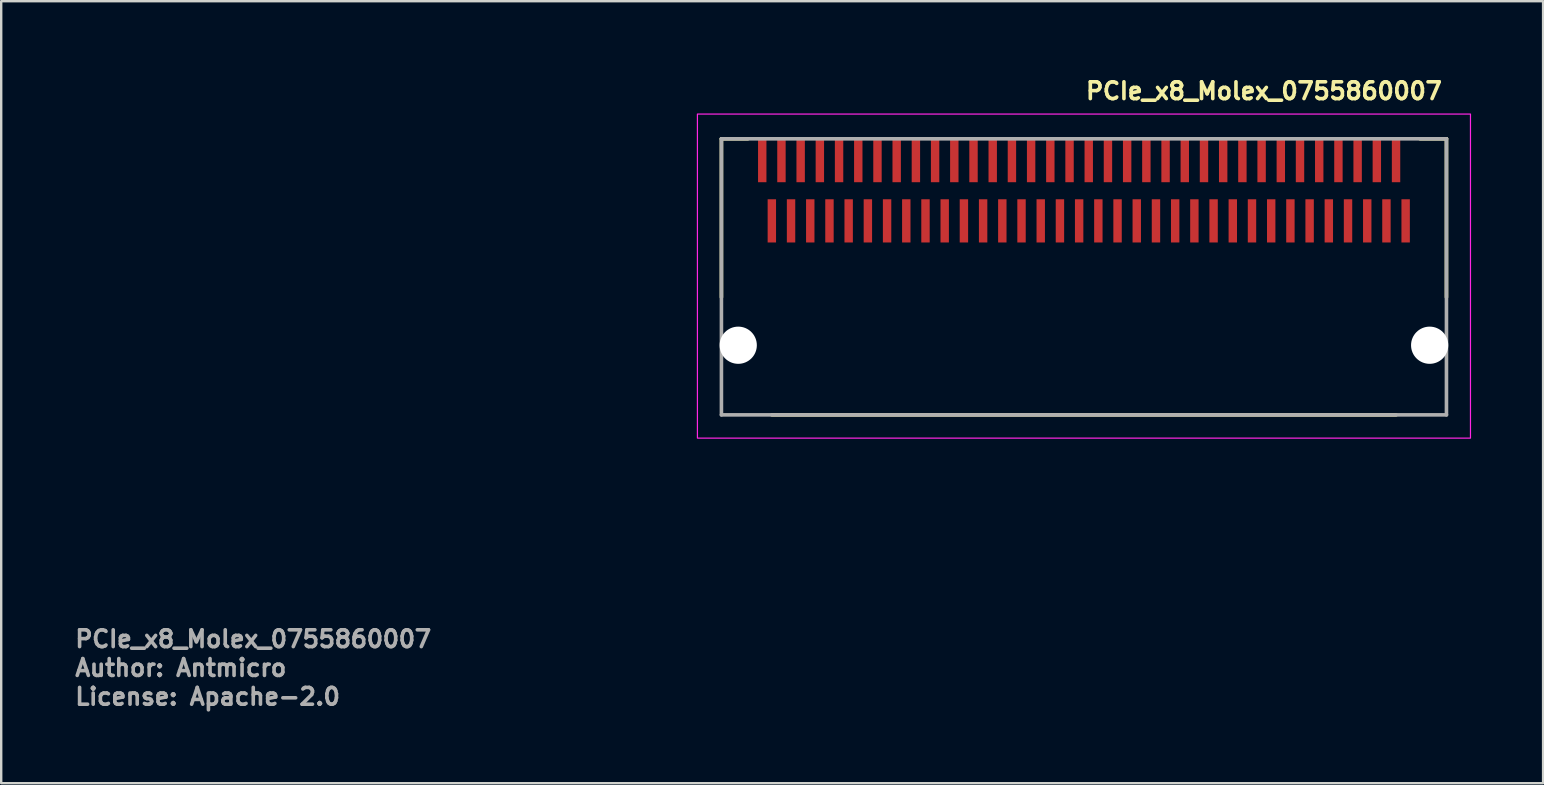
<source format=kicad_pcb>
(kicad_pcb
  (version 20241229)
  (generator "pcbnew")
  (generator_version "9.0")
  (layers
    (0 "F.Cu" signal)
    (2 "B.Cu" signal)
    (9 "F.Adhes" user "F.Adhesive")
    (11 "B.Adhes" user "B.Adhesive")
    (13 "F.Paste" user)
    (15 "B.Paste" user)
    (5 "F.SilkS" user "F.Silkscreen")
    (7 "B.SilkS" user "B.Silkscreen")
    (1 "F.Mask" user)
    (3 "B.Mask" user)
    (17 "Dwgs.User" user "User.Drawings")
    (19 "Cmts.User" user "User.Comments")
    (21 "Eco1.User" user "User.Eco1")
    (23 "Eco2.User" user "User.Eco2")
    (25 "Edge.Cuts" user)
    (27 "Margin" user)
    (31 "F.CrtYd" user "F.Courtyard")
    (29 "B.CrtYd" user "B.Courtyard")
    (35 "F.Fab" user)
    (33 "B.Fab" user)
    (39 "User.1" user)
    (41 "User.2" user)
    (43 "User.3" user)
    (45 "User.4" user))
  (footprint "PCIe_x8_Molex_0755860007"
    (layer "F.Cu")
    (at 42.1 8.45)
    (property "Reference" "PCIe_x8_Molex_0755860007" (at 0 -7.3 0) (unlocked yes) (layer "F.SilkS") (effects (font (size 0.7 0.7) (thickness 0.15)) (justify left bottom)))
    (attr smd)
    (fp_line (start -15.1 -5.719) (end -14 -5.719) (stroke (width 0.15) (type solid)) (layer "F.SilkS"))
    (fp_line (start -15.1 0.881) (end -15.1 -5.719) (stroke (width 0.15) (type solid)) (layer "F.SilkS"))
    (fp_line (start -13 5.781) (end 13 5.781) (stroke (width 0.15) (type solid)) (layer "F.SilkS"))
    (fp_line (start 14 -5.719) (end 15.1 -5.719) (stroke (width 0.15) (type solid)) (layer "F.SilkS"))
    (fp_line (start 15.1 0.881) (end 15.1 -5.719) (stroke (width 0.15) (type solid)) (layer "F.SilkS"))
    (fp_rect (start 16.1 6.75) (end -16.1 -6.75) (stroke (width 0.05) (type solid)) (fill no) (layer "F.CrtYd"))
    (fp_line (start -15.1 -5.719) (end 15.1 -5.719) (stroke (width 0.15) (type solid)) (layer "F.Fab"))
    (fp_line (start -15.1 5.781) (end -15.1 -5.719) (stroke (width 0.15) (type solid)) (layer "F.Fab"))
    (fp_line (start -15.1 5.781) (end 15.1 5.781) (stroke (width 0.15) (type solid)) (layer "F.Fab"))
    (fp_line (start 15.1 5.781) (end 15.1 -5.719) (stroke (width 0.15) (type solid)) (layer "F.Fab"))
    (fp_rect (start -15.1 -5.752) (end 15.1 5.753) (stroke (width 0.1) (type solid)) (fill no) (layer "User.5"))
    (fp_line (start -15.1 -5.753) (end -15.1 -4.054) (stroke (width 0.02) (type solid)) (layer "User.9"))
    (fp_line (start -15.1 -5.753) (end -14.35 -5.753) (stroke (width 0.02) (type solid)) (layer "User.9"))
    (fp_line (start -15.1 -3.954) (end -15.1 -4.054) (stroke (width 0.02) (type solid)) (layer "User.9"))
    (fp_line (start -15.1 -3.954) (end -14.35 -3.954) (stroke (width 0.02) (type solid)) (layer "User.9"))
    (fp_line (start -15.1 -2.22) (end -15.1 -3.954) (stroke (width 0.02) (type solid)) (layer "User.9"))
    (fp_line (start -15.1 -2.22) (end -15.1 5.752) (stroke (width 0.02) (type solid)) (layer "User.9"))
    (fp_line (start -15.1 5.752) (end 15.1 5.752) (stroke (width 0.02) (type solid)) (layer "User.9"))
    (fp_line (start -14.35 -5.753) (end -14.35 -4.807) (stroke (width 0.02) (type solid)) (layer "User.9"))
    (fp_line (start -14.35 -4.807) (end -13.5 -4.807) (stroke (width 0.02) (type solid)) (layer "User.9"))
    (fp_line (start -14.35 -4.054) (end -15.1 -4.054) (stroke (width 0.02) (type solid)) (layer "User.9"))
    (fp_line (start -14.35 -4.054) (end -14.35 -3.954) (stroke (width 0.02) (type solid)) (layer "User.9"))
    (fp_line (start -14.35 -3.954) (end -14.35 -2.827) (stroke (width 0.02) (type solid)) (layer "User.9"))
    (fp_line (start -14.35 -3.754) (end -13.5 -3.754) (stroke (width 0.02) (type solid)) (layer "User.9"))
    (fp_line (start -14.35 -2.827) (end -13.5 -2.827) (stroke (width 0.02) (type solid)) (layer "User.9"))
    (fp_line (start -13.5 -5.214) (end -13.5 -5.366) (stroke (width 0.02) (type solid)) (layer "User.9"))
    (fp_line (start -13.5 -4.857) (end -13.5 -5.214) (stroke (width 0.02) (type solid)) (layer "User.9"))
    (fp_line (start -13.5 -4.807) (end -13.5 -4.857) (stroke (width 0.02) (type solid)) (layer "User.9"))
    (fp_line (start -13.5 -4.807) (end 13.1 -4.807) (stroke (width 0.02) (type solid)) (layer "User.9"))
    (fp_line (start -13.5 -2.978) (end -13.5 -4.807) (stroke (width 0.02) (type solid)) (layer "User.9"))
    (fp_line (start -13.5 -2.978) (end -13.5 -2.22) (stroke (width 0.02) (type solid)) (layer "User.9"))
    (fp_line (start -13.3 -5.366) (end -13.5 -5.366) (stroke (width 0.02) (type solid)) (layer "User.9"))
    (fp_line (start -13.3 -5.366) (end -13.3 -5.214) (stroke (width 0.02) (type solid)) (layer "User.9"))
    (fp_line (start -13.3 -5.214) (end -13.3 -4.857) (stroke (width 0.02) (type solid)) (layer "User.9"))
    (fp_line (start -13.3 -4.857) (end -13.3 -4.807) (stroke (width 0.02) (type solid)) (layer "User.9"))
    (fp_line (start -12.7 -5.214) (end -12.7 -5.366) (stroke (width 0.02) (type solid)) (layer "User.9"))
    (fp_line (start -12.7 -4.857) (end -12.7 -5.214) (stroke (width 0.02) (type solid)) (layer "User.9"))
    (fp_line (start -12.7 -4.807) (end -12.7 -4.857) (stroke (width 0.02) (type solid)) (layer "User.9"))
    (fp_line (start -12.5 -5.366) (end -12.7 -5.366) (stroke (width 0.02) (type solid)) (layer "User.9"))
    (fp_line (start -12.5 -5.366) (end -12.5 -5.214) (stroke (width 0.02) (type solid)) (layer "User.9"))
    (fp_line (start -12.5 -5.214) (end -12.5 -4.857) (stroke (width 0.02) (type solid)) (layer "User.9"))
    (fp_line (start -12.5 -4.857) (end -12.5 -4.807) (stroke (width 0.02) (type solid)) (layer "User.9"))
    (fp_line (start -11.9 -5.214) (end -11.9 -5.366) (stroke (width 0.02) (type solid)) (layer "User.9"))
    (fp_line (start -11.9 -4.857) (end -11.9 -5.214) (stroke (width 0.02) (type solid)) (layer "User.9"))
    (fp_line (start -11.9 -4.807) (end -11.9 -4.857) (stroke (width 0.02) (type solid)) (layer "User.9"))
    (fp_line (start -11.7 -5.366) (end -11.9 -5.366) (stroke (width 0.02) (type solid)) (layer "User.9"))
    (fp_line (start -11.7 -5.366) (end -11.7 -5.214) (stroke (width 0.02) (type solid)) (layer "User.9"))
    (fp_line (start -11.7 -5.214) (end -11.7 -4.857) (stroke (width 0.02) (type solid)) (layer "User.9"))
    (fp_line (start -11.7 -4.857) (end -11.7 -4.807) (stroke (width 0.02) (type solid)) (layer "User.9"))
    (fp_line (start -11.1 -5.214) (end -11.1 -5.366) (stroke (width 0.02) (type solid)) (layer "User.9"))
    (fp_line (start -11.1 -4.857) (end -11.1 -5.214) (stroke (width 0.02) (type solid)) (layer "User.9"))
    (fp_line (start -11.1 -4.807) (end -11.1 -4.857) (stroke (width 0.02) (type solid)) (layer "User.9"))
    (fp_line (start -10.9 -5.366) (end -11.1 -5.366) (stroke (width 0.02) (type solid)) (layer "User.9"))
    (fp_line (start -10.9 -5.366) (end -10.9 -5.214) (stroke (width 0.02) (type solid)) (layer "User.9"))
    (fp_line (start -10.9 -5.214) (end -10.9 -4.857) (stroke (width 0.02) (type solid)) (layer "User.9"))
    (fp_line (start -10.9 -4.857) (end -10.9 -4.807) (stroke (width 0.02) (type solid)) (layer "User.9"))
    (fp_line (start -10.3 -5.214) (end -10.3 -5.366) (stroke (width 0.02) (type solid)) (layer "User.9"))
    (fp_line (start -10.3 -4.857) (end -10.3 -5.214) (stroke (width 0.02) (type solid)) (layer "User.9"))
    (fp_line (start -10.3 -4.807) (end -10.3 -4.857) (stroke (width 0.02) (type solid)) (layer "User.9"))
    (fp_line (start -10.1 -5.366) (end -10.3 -5.366) (stroke (width 0.02) (type solid)) (layer "User.9"))
    (fp_line (start -10.1 -5.366) (end -10.1 -5.214) (stroke (width 0.02) (type solid)) (layer "User.9"))
    (fp_line (start -10.1 -5.214) (end -10.1 -4.857) (stroke (width 0.02) (type solid)) (layer "User.9"))
    (fp_line (start -10.1 -4.857) (end -10.1 -4.807) (stroke (width 0.02) (type solid)) (layer "User.9"))
    (fp_line (start -9.5 -5.214) (end -9.5 -5.366) (stroke (width 0.02) (type solid)) (layer "User.9"))
    (fp_line (start -9.5 -4.857) (end -9.5 -5.214) (stroke (width 0.02) (type solid)) (layer "User.9"))
    (fp_line (start -9.5 -4.807) (end -9.5 -4.857) (stroke (width 0.02) (type solid)) (layer "User.9"))
    (fp_line (start -9.3 -5.366) (end -9.5 -5.366) (stroke (width 0.02) (type solid)) (layer "User.9"))
    (fp_line (start -9.3 -5.366) (end -9.3 -5.214) (stroke (width 0.02) (type solid)) (layer "User.9"))
    (fp_line (start -9.3 -5.214) (end -9.3 -4.857) (stroke (width 0.02) (type solid)) (layer "User.9"))
    (fp_line (start -9.3 -4.857) (end -9.3 -4.807) (stroke (width 0.02) (type solid)) (layer "User.9"))
    (fp_line (start -8.7 -5.214) (end -8.7 -5.366) (stroke (width 0.02) (type solid)) (layer "User.9"))
    (fp_line (start -8.7 -4.857) (end -8.7 -5.214) (stroke (width 0.02) (type solid)) (layer "User.9"))
    (fp_line (start -8.7 -4.807) (end -8.7 -4.857) (stroke (width 0.02) (type solid)) (layer "User.9"))
    (fp_line (start -8.5 -5.366) (end -8.7 -5.366) (stroke (width 0.02) (type solid)) (layer "User.9"))
    (fp_line (start -8.5 -5.366) (end -8.5 -5.214) (stroke (width 0.02) (type solid)) (layer "User.9"))
    (fp_line (start -8.5 -5.214) (end -8.5 -4.857) (stroke (width 0.02) (type solid)) (layer "User.9"))
    (fp_line (start -8.5 -4.857) (end -8.5 -4.807) (stroke (width 0.02) (type solid)) (layer "User.9"))
    (fp_line (start -7.9 -5.214) (end -7.9 -5.366) (stroke (width 0.02) (type solid)) (layer "User.9"))
    (fp_line (start -7.9 -4.857) (end -7.9 -5.214) (stroke (width 0.02) (type solid)) (layer "User.9"))
    (fp_line (start -7.9 -4.807) (end -7.9 -4.857) (stroke (width 0.02) (type solid)) (layer "User.9"))
    (fp_line (start -7.7 -5.366) (end -7.9 -5.366) (stroke (width 0.02) (type solid)) (layer "User.9"))
    (fp_line (start -7.7 -5.366) (end -7.7 -5.214) (stroke (width 0.02) (type solid)) (layer "User.9"))
    (fp_line (start -7.7 -5.214) (end -7.7 -4.857) (stroke (width 0.02) (type solid)) (layer "User.9"))
    (fp_line (start -7.7 -4.857) (end -7.7 -4.807) (stroke (width 0.02) (type solid)) (layer "User.9"))
    (fp_line (start -7.1 -5.214) (end -7.1 -5.366) (stroke (width 0.02) (type solid)) (layer "User.9"))
    (fp_line (start -7.1 -4.857) (end -7.1 -5.214) (stroke (width 0.02) (type solid)) (layer "User.9"))
    (fp_line (start -7.1 -4.807) (end -7.1 -4.857) (stroke (width 0.02) (type solid)) (layer "User.9"))
    (fp_line (start -6.9 -5.366) (end -7.1 -5.366) (stroke (width 0.02) (type solid)) (layer "User.9"))
    (fp_line (start -6.9 -5.366) (end -6.9 -5.214) (stroke (width 0.02) (type solid)) (layer "User.9"))
    (fp_line (start -6.9 -5.214) (end -6.9 -4.857) (stroke (width 0.02) (type solid)) (layer "User.9"))
    (fp_line (start -6.9 -4.857) (end -6.9 -4.807) (stroke (width 0.02) (type solid)) (layer "User.9"))
    (fp_line (start -6.3 -5.214) (end -6.3 -5.366) (stroke (width 0.02) (type solid)) (layer "User.9"))
    (fp_line (start -6.3 -4.857) (end -6.3 -5.214) (stroke (width 0.02) (type solid)) (layer "User.9"))
    (fp_line (start -6.3 -4.807) (end -6.3 -4.857) (stroke (width 0.02) (type solid)) (layer "User.9"))
    (fp_line (start -6.1 -5.366) (end -6.3 -5.366) (stroke (width 0.02) (type solid)) (layer "User.9"))
    (fp_line (start -6.1 -5.366) (end -6.1 -5.214) (stroke (width 0.02) (type solid)) (layer "User.9"))
    (fp_line (start -6.1 -5.214) (end -6.1 -4.857) (stroke (width 0.02) (type solid)) (layer "User.9"))
    (fp_line (start -6.1 -4.857) (end -6.1 -4.807) (stroke (width 0.02) (type solid)) (layer "User.9"))
    (fp_line (start -5.5 -5.214) (end -5.5 -5.366) (stroke (width 0.02) (type solid)) (layer "User.9"))
    (fp_line (start -5.5 -4.857) (end -5.5 -5.214) (stroke (width 0.02) (type solid)) (layer "User.9"))
    (fp_line (start -5.5 -4.807) (end -5.5 -4.857) (stroke (width 0.02) (type solid)) (layer "User.9"))
    (fp_line (start -5.3 -5.366) (end -5.5 -5.366) (stroke (width 0.02) (type solid)) (layer "User.9"))
    (fp_line (start -5.3 -5.366) (end -5.3 -5.214) (stroke (width 0.02) (type solid)) (layer "User.9"))
    (fp_line (start -5.3 -5.214) (end -5.3 -4.857) (stroke (width 0.02) (type solid)) (layer "User.9"))
    (fp_line (start -5.3 -4.857) (end -5.3 -4.807) (stroke (width 0.02) (type solid)) (layer "User.9"))
    (fp_line (start -5 -2.22) (end -15.1 -2.22) (stroke (width 0.02) (type solid)) (layer "User.9"))
    (fp_line (start -5 -2.22) (end 5 -2.22) (stroke (width 0.02) (type solid)) (layer "User.9"))
    (fp_line (start -5 2.78) (end -5 -2.22) (stroke (width 0.02) (type solid)) (layer "User.9"))
    (fp_line (start -4.7 -5.214) (end -4.7 -5.366) (stroke (width 0.02) (type solid)) (layer "User.9"))
    (fp_line (start -4.7 -4.857) (end -4.7 -5.214) (stroke (width 0.02) (type solid)) (layer "User.9"))
    (fp_line (start -4.7 -4.807) (end -4.7 -4.857) (stroke (width 0.02) (type solid)) (layer "User.9"))
    (fp_line (start -4.5 -5.366) (end -4.7 -5.366) (stroke (width 0.02) (type solid)) (layer "User.9"))
    (fp_line (start -4.5 -5.366) (end -4.5 -5.214) (stroke (width 0.02) (type solid)) (layer "User.9"))
    (fp_line (start -4.5 -5.214) (end -4.5 -4.857) (stroke (width 0.02) (type solid)) (layer "User.9"))
    (fp_line (start -4.5 -4.857) (end -4.5 -4.807) (stroke (width 0.02) (type solid)) (layer "User.9"))
    (fp_line (start -3.9 -5.214) (end -3.9 -5.366) (stroke (width 0.02) (type solid)) (layer "User.9"))
    (fp_line (start -3.9 -4.857) (end -3.9 -5.214) (stroke (width 0.02) (type solid)) (layer "User.9"))
    (fp_line (start -3.9 -4.807) (end -3.9 -4.857) (stroke (width 0.02) (type solid)) (layer "User.9"))
    (fp_line (start -3.7 -5.366) (end -3.9 -5.366) (stroke (width 0.02) (type solid)) (layer "User.9"))
    (fp_line (start -3.7 -5.366) (end -3.7 -5.214) (stroke (width 0.02) (type solid)) (layer "User.9"))
    (fp_line (start -3.7 -5.214) (end -3.7 -4.857) (stroke (width 0.02) (type solid)) (layer "User.9"))
    (fp_line (start -3.7 -4.857) (end -3.7 -4.807) (stroke (width 0.02) (type solid)) (layer "User.9"))
    (fp_line (start -3.1 -5.214) (end -3.1 -5.366) (stroke (width 0.02) (type solid)) (layer "User.9"))
    (fp_line (start -3.1 -4.857) (end -3.1 -5.214) (stroke (width 0.02) (type solid)) (layer "User.9"))
    (fp_line (start -3.1 -4.807) (end -3.1 -4.857) (stroke (width 0.02) (type solid)) (layer "User.9"))
    (fp_line (start -2.9 -5.366) (end -3.1 -5.366) (stroke (width 0.02) (type solid)) (layer "User.9"))
    (fp_line (start -2.9 -5.366) (end -2.9 -5.214) (stroke (width 0.02) (type solid)) (layer "User.9"))
    (fp_line (start -2.9 -5.214) (end -2.9 -4.857) (stroke (width 0.02) (type solid)) (layer "User.9"))
    (fp_line (start -2.9 -4.857) (end -2.9 -4.807) (stroke (width 0.02) (type solid)) (layer "User.9"))
    (fp_line (start -2.3 -5.214) (end -2.3 -5.366) (stroke (width 0.02) (type solid)) (layer "User.9"))
    (fp_line (start -2.3 -4.857) (end -2.3 -5.214) (stroke (width 0.02) (type solid)) (layer "User.9"))
    (fp_line (start -2.3 -4.807) (end -2.3 -4.857) (stroke (width 0.02) (type solid)) (layer "User.9"))
    (fp_line (start -2.1 -5.366) (end -2.3 -5.366) (stroke (width 0.02) (type solid)) (layer "User.9"))
    (fp_line (start -2.1 -5.366) (end -2.1 -5.214) (stroke (width 0.02) (type solid)) (layer "User.9"))
    (fp_line (start -2.1 -5.214) (end -2.1 -4.857) (stroke (width 0.02) (type solid)) (layer "User.9"))
    (fp_line (start -2.1 -4.857) (end -2.1 -4.807) (stroke (width 0.02) (type solid)) (layer "User.9"))
    (fp_line (start -1.5 -5.214) (end -1.5 -5.366) (stroke (width 0.02) (type solid)) (layer "User.9"))
    (fp_line (start -1.5 -4.857) (end -1.5 -5.214) (stroke (width 0.02) (type solid)) (layer "User.9"))
    (fp_line (start -1.5 -4.807) (end -1.5 -4.857) (stroke (width 0.02) (type solid)) (layer "User.9"))
    (fp_line (start -1.3 -5.366) (end -1.5 -5.366) (stroke (width 0.02) (type solid)) (layer "User.9"))
    (fp_line (start -1.3 -5.366) (end -1.3 -5.214) (stroke (width 0.02) (type solid)) (layer "User.9"))
    (fp_line (start -1.3 -5.214) (end -1.3 -4.857) (stroke (width 0.02) (type solid)) (layer "User.9"))
    (fp_line (start -1.3 -4.857) (end -1.3 -4.807) (stroke (width 0.02) (type solid)) (layer "User.9"))
    (fp_line (start -0.7 -5.214) (end -0.7 -5.366) (stroke (width 0.02) (type solid)) (layer "User.9"))
    (fp_line (start -0.7 -4.857) (end -0.7 -5.214) (stroke (width 0.02) (type solid)) (layer "User.9"))
    (fp_line (start -0.7 -4.807) (end -0.7 -4.857) (stroke (width 0.02) (type solid)) (layer "User.9"))
    (fp_line (start -0.5 -5.366) (end -0.7 -5.366) (stroke (width 0.02) (type solid)) (layer "User.9"))
    (fp_line (start -0.5 -5.366) (end -0.5 -5.214) (stroke (width 0.02) (type solid)) (layer "User.9"))
    (fp_line (start -0.5 -5.214) (end -0.5 -4.857) (stroke (width 0.02) (type solid)) (layer "User.9"))
    (fp_line (start -0.5 -4.857) (end -0.5 -4.807) (stroke (width 0.02) (type solid)) (layer "User.9"))
    (fp_line (start 0.1 -5.214) (end 0.1 -5.366) (stroke (width 0.02) (type solid)) (layer "User.9"))
    (fp_line (start 0.1 -4.857) (end 0.1 -5.214) (stroke (width 0.02) (type solid)) (layer "User.9"))
    (fp_line (start 0.1 -4.807) (end 0.1 -4.857) (stroke (width 0.02) (type solid)) (layer "User.9"))
    (fp_line (start 0.3 -5.366) (end 0.1 -5.366) (stroke (width 0.02) (type solid)) (layer "User.9"))
    (fp_line (start 0.3 -5.366) (end 0.3 -5.214) (stroke (width 0.02) (type solid)) (layer "User.9"))
    (fp_line (start 0.3 -5.214) (end 0.3 -4.857) (stroke (width 0.02) (type solid)) (layer "User.9"))
    (fp_line (start 0.3 -4.857) (end 0.3 -4.807) (stroke (width 0.02) (type solid)) (layer "User.9"))
    (fp_line (start 0.9 -5.214) (end 0.9 -5.366) (stroke (width 0.02) (type solid)) (layer "User.9"))
    (fp_line (start 0.9 -4.857) (end 0.9 -5.214) (stroke (width 0.02) (type solid)) (layer "User.9"))
    (fp_line (start 0.9 -4.807) (end 0.9 -4.857) (stroke (width 0.02) (type solid)) (layer "User.9"))
    (fp_line (start 1.1 -5.366) (end 0.9 -5.366) (stroke (width 0.02) (type solid)) (layer "User.9"))
    (fp_line (start 1.1 -5.366) (end 1.1 -5.214) (stroke (width 0.02) (type solid)) (layer "User.9"))
    (fp_line (start 1.1 -5.214) (end 1.1 -4.857) (stroke (width 0.02) (type solid)) (layer "User.9"))
    (fp_line (start 1.1 -4.857) (end 1.1 -4.807) (stroke (width 0.02) (type solid)) (layer "User.9"))
    (fp_line (start 1.7 -5.214) (end 1.7 -5.366) (stroke (width 0.02) (type solid)) (layer "User.9"))
    (fp_line (start 1.7 -4.857) (end 1.7 -5.214) (stroke (width 0.02) (type solid)) (layer "User.9"))
    (fp_line (start 1.7 -4.807) (end 1.7 -4.857) (stroke (width 0.02) (type solid)) (layer "User.9"))
    (fp_line (start 1.9 -5.366) (end 1.7 -5.366) (stroke (width 0.02) (type solid)) (layer "User.9"))
    (fp_line (start 1.9 -5.366) (end 1.9 -5.214) (stroke (width 0.02) (type solid)) (layer "User.9"))
    (fp_line (start 1.9 -5.214) (end 1.9 -4.857) (stroke (width 0.02) (type solid)) (layer "User.9"))
    (fp_line (start 1.9 -4.857) (end 1.9 -4.807) (stroke (width 0.02) (type solid)) (layer "User.9"))
    (fp_line (start 2.5 -5.214) (end 2.5 -5.366) (stroke (width 0.02) (type solid)) (layer "User.9"))
    (fp_line (start 2.5 -4.857) (end 2.5 -5.214) (stroke (width 0.02) (type solid)) (layer "User.9"))
    (fp_line (start 2.5 -4.807) (end 2.5 -4.857) (stroke (width 0.02) (type solid)) (layer "User.9"))
    (fp_line (start 2.7 -5.366) (end 2.5 -5.366) (stroke (width 0.02) (type solid)) (layer "User.9"))
    (fp_line (start 2.7 -5.366) (end 2.7 -5.214) (stroke (width 0.02) (type solid)) (layer "User.9"))
    (fp_line (start 2.7 -5.214) (end 2.7 -4.857) (stroke (width 0.02) (type solid)) (layer "User.9"))
    (fp_line (start 2.7 -4.857) (end 2.7 -4.807) (stroke (width 0.02) (type solid)) (layer "User.9"))
    (fp_line (start 3.3 -5.214) (end 3.3 -5.366) (stroke (width 0.02) (type solid)) (layer "User.9"))
    (fp_line (start 3.3 -4.857) (end 3.3 -5.214) (stroke (width 0.02) (type solid)) (layer "User.9"))
    (fp_line (start 3.3 -4.807) (end 3.3 -4.857) (stroke (width 0.02) (type solid)) (layer "User.9"))
    (fp_line (start 3.5 -5.366) (end 3.3 -5.366) (stroke (width 0.02) (type solid)) (layer "User.9"))
    (fp_line (start 3.5 -5.366) (end 3.5 -5.214) (stroke (width 0.02) (type solid)) (layer "User.9"))
    (fp_line (start 3.5 -5.214) (end 3.5 -4.857) (stroke (width 0.02) (type solid)) (layer "User.9"))
    (fp_line (start 3.5 -4.857) (end 3.5 -4.807) (stroke (width 0.02) (type solid)) (layer "User.9"))
    (fp_line (start 4.1 -5.214) (end 4.1 -5.366) (stroke (width 0.02) (type solid)) (layer "User.9"))
    (fp_line (start 4.1 -4.857) (end 4.1 -5.214) (stroke (width 0.02) (type solid)) (layer "User.9"))
    (fp_line (start 4.1 -4.807) (end 4.1 -4.857) (stroke (width 0.02) (type solid)) (layer "User.9"))
    (fp_line (start 4.3 -5.366) (end 4.1 -5.366) (stroke (width 0.02) (type solid)) (layer "User.9"))
    (fp_line (start 4.3 -5.366) (end 4.3 -5.214) (stroke (width 0.02) (type solid)) (layer "User.9"))
    (fp_line (start 4.3 -5.214) (end 4.3 -4.857) (stroke (width 0.02) (type solid)) (layer "User.9"))
    (fp_line (start 4.3 -4.857) (end 4.3 -4.807) (stroke (width 0.02) (type solid)) (layer "User.9"))
    (fp_line (start 4.9 -5.214) (end 4.9 -5.366) (stroke (width 0.02) (type solid)) (layer "User.9"))
    (fp_line (start 4.9 -4.857) (end 4.9 -5.214) (stroke (width 0.02) (type solid)) (layer "User.9"))
    (fp_line (start 4.9 -4.807) (end 4.9 -4.857) (stroke (width 0.02) (type solid)) (layer "User.9"))
    (fp_line (start 5 -2.22) (end 5 2.78) (stroke (width 0.02) (type solid)) (layer "User.9"))
    (fp_line (start 5 2.78) (end -5 2.78) (stroke (width 0.02) (type solid)) (layer "User.9"))
    (fp_line (start 5.1 -5.366) (end 4.9 -5.366) (stroke (width 0.02) (type solid)) (layer "User.9"))
    (fp_line (start 5.1 -5.366) (end 5.1 -5.214) (stroke (width 0.02) (type solid)) (layer "User.9"))
    (fp_line (start 5.1 -5.214) (end 5.1 -4.857) (stroke (width 0.02) (type solid)) (layer "User.9"))
    (fp_line (start 5.1 -4.857) (end 5.1 -4.807) (stroke (width 0.02) (type solid)) (layer "User.9"))
    (fp_line (start 5.7 -5.214) (end 5.7 -5.366) (stroke (width 0.02) (type solid)) (layer "User.9"))
    (fp_line (start 5.7 -4.857) (end 5.7 -5.214) (stroke (width 0.02) (type solid)) (layer "User.9"))
    (fp_line (start 5.7 -4.807) (end 5.7 -4.857) (stroke (width 0.02) (type solid)) (layer "User.9"))
    (fp_line (start 5.9 -5.366) (end 5.7 -5.366) (stroke (width 0.02) (type solid)) (layer "User.9"))
    (fp_line (start 5.9 -5.366) (end 5.9 -5.214) (stroke (width 0.02) (type solid)) (layer "User.9"))
    (fp_line (start 5.9 -5.214) (end 5.9 -4.857) (stroke (width 0.02) (type solid)) (layer "User.9"))
    (fp_line (start 5.9 -4.857) (end 5.9 -4.807) (stroke (width 0.02) (type solid)) (layer "User.9"))
    (fp_line (start 6.5 -5.214) (end 6.5 -5.366) (stroke (width 0.02) (type solid)) (layer "User.9"))
    (fp_line (start 6.5 -4.857) (end 6.5 -5.214) (stroke (width 0.02) (type solid)) (layer "User.9"))
    (fp_line (start 6.5 -4.807) (end 6.5 -4.857) (stroke (width 0.02) (type solid)) (layer "User.9"))
    (fp_line (start 6.7 -5.366) (end 6.5 -5.366) (stroke (width 0.02) (type solid)) (layer "User.9"))
    (fp_line (start 6.7 -5.366) (end 6.7 -5.214) (stroke (width 0.02) (type solid)) (layer "User.9"))
    (fp_line (start 6.7 -5.214) (end 6.7 -4.857) (stroke (width 0.02) (type solid)) (layer "User.9"))
    (fp_line (start 6.7 -4.857) (end 6.7 -4.807) (stroke (width 0.02) (type solid)) (layer "User.9"))
    (fp_line (start 7.3 -5.214) (end 7.3 -5.366) (stroke (width 0.02) (type solid)) (layer "User.9"))
    (fp_line (start 7.3 -4.857) (end 7.3 -5.214) (stroke (width 0.02) (type solid)) (layer "User.9"))
    (fp_line (start 7.3 -4.807) (end 7.3 -4.857) (stroke (width 0.02) (type solid)) (layer "User.9"))
    (fp_line (start 7.5 -5.366) (end 7.3 -5.366) (stroke (width 0.02) (type solid)) (layer "User.9"))
    (fp_line (start 7.5 -5.366) (end 7.5 -5.214) (stroke (width 0.02) (type solid)) (layer "User.9"))
    (fp_line (start 7.5 -5.214) (end 7.5 -4.857) (stroke (width 0.02) (type solid)) (layer "User.9"))
    (fp_line (start 7.5 -4.857) (end 7.5 -4.807) (stroke (width 0.02) (type solid)) (layer "User.9"))
    (fp_line (start 8.1 -5.214) (end 8.1 -5.366) (stroke (width 0.02) (type solid)) (layer "User.9"))
    (fp_line (start 8.1 -4.857) (end 8.1 -5.214) (stroke (width 0.02) (type solid)) (layer "User.9"))
    (fp_line (start 8.1 -4.807) (end 8.1 -4.857) (stroke (width 0.02) (type solid)) (layer "User.9"))
    (fp_line (start 8.3 -5.366) (end 8.1 -5.366) (stroke (width 0.02) (type solid)) (layer "User.9"))
    (fp_line (start 8.3 -5.366) (end 8.3 -5.214) (stroke (width 0.02) (type solid)) (layer "User.9"))
    (fp_line (start 8.3 -5.214) (end 8.3 -4.857) (stroke (width 0.02) (type solid)) (layer "User.9"))
    (fp_line (start 8.3 -4.857) (end 8.3 -4.807) (stroke (width 0.02) (type solid)) (layer "User.9"))
    (fp_line (start 8.9 -5.214) (end 8.9 -5.366) (stroke (width 0.02) (type solid)) (layer "User.9"))
    (fp_line (start 8.9 -4.857) (end 8.9 -5.214) (stroke (width 0.02) (type solid)) (layer "User.9"))
    (fp_line (start 8.9 -4.807) (end 8.9 -4.857) (stroke (width 0.02) (type solid)) (layer "User.9"))
    (fp_line (start 9.1 -5.366) (end 8.9 -5.366) (stroke (width 0.02) (type solid)) (layer "User.9"))
    (fp_line (start 9.1 -5.366) (end 9.1 -5.214) (stroke (width 0.02) (type solid)) (layer "User.9"))
    (fp_line (start 9.1 -5.214) (end 9.1 -4.857) (stroke (width 0.02) (type solid)) (layer "User.9"))
    (fp_line (start 9.1 -4.857) (end 9.1 -4.807) (stroke (width 0.02) (type solid)) (layer "User.9"))
    (fp_line (start 9.7 -5.214) (end 9.7 -5.366) (stroke (width 0.02) (type solid)) (layer "User.9"))
    (fp_line (start 9.7 -4.857) (end 9.7 -5.214) (stroke (width 0.02) (type solid)) (layer "User.9"))
    (fp_line (start 9.7 -4.807) (end 9.7 -4.857) (stroke (width 0.02) (type solid)) (layer "User.9"))
    (fp_line (start 9.9 -5.366) (end 9.7 -5.366) (stroke (width 0.02) (type solid)) (layer "User.9"))
    (fp_line (start 9.9 -5.366) (end 9.9 -5.214) (stroke (width 0.02) (type solid)) (layer "User.9"))
    (fp_line (start 9.9 -5.214) (end 9.9 -4.857) (stroke (width 0.02) (type solid)) (layer "User.9"))
    (fp_line (start 9.9 -4.857) (end 9.9 -4.807) (stroke (width 0.02) (type solid)) (layer "User.9"))
    (fp_line (start 10.5 -5.214) (end 10.5 -5.366) (stroke (width 0.02) (type solid)) (layer "User.9"))
    (fp_line (start 10.5 -4.857) (end 10.5 -5.214) (stroke (width 0.02) (type solid)) (layer "User.9"))
    (fp_line (start 10.5 -4.807) (end 10.5 -4.857) (stroke (width 0.02) (type solid)) (layer "User.9"))
    (fp_line (start 10.7 -5.366) (end 10.5 -5.366) (stroke (width 0.02) (type solid)) (layer "User.9"))
    (fp_line (start 10.7 -5.366) (end 10.7 -5.214) (stroke (width 0.02) (type solid)) (layer "User.9"))
    (fp_line (start 10.7 -5.214) (end 10.7 -4.857) (stroke (width 0.02) (type solid)) (layer "User.9"))
    (fp_line (start 10.7 -4.857) (end 10.7 -4.807) (stroke (width 0.02) (type solid)) (layer "User.9"))
    (fp_line (start 11.3 -5.214) (end 11.3 -5.366) (stroke (width 0.02) (type solid)) (layer "User.9"))
    (fp_line (start 11.3 -4.857) (end 11.3 -5.214) (stroke (width 0.02) (type solid)) (layer "User.9"))
    (fp_line (start 11.3 -4.807) (end 11.3 -4.857) (stroke (width 0.02) (type solid)) (layer "User.9"))
    (fp_line (start 11.5 -5.366) (end 11.3 -5.366) (stroke (width 0.02) (type solid)) (layer "User.9"))
    (fp_line (start 11.5 -5.366) (end 11.5 -5.214) (stroke (width 0.02) (type solid)) (layer "User.9"))
    (fp_line (start 11.5 -5.214) (end 11.5 -4.857) (stroke (width 0.02) (type solid)) (layer "User.9"))
    (fp_line (start 11.5 -4.857) (end 11.5 -4.807) (stroke (width 0.02) (type solid)) (layer "User.9"))
    (fp_line (start 12.1 -5.214) (end 12.1 -5.366) (stroke (width 0.02) (type solid)) (layer "User.9"))
    (fp_line (start 12.1 -4.857) (end 12.1 -5.214) (stroke (width 0.02) (type solid)) (layer "User.9"))
    (fp_line (start 12.1 -4.807) (end 12.1 -4.857) (stroke (width 0.02) (type solid)) (layer "User.9"))
    (fp_line (start 12.3 -5.366) (end 12.1 -5.366) (stroke (width 0.02) (type solid)) (layer "User.9"))
    (fp_line (start 12.3 -5.366) (end 12.3 -5.214) (stroke (width 0.02) (type solid)) (layer "User.9"))
    (fp_line (start 12.3 -5.214) (end 12.3 -4.857) (stroke (width 0.02) (type solid)) (layer "User.9"))
    (fp_line (start 12.3 -4.857) (end 12.3 -4.807) (stroke (width 0.02) (type solid)) (layer "User.9"))
    (fp_line (start 12.9 -5.214) (end 12.9 -5.366) (stroke (width 0.02) (type solid)) (layer "User.9"))
    (fp_line (start 12.9 -4.857) (end 12.9 -5.214) (stroke (width 0.02) (type solid)) (layer "User.9"))
    (fp_line (start 12.9 -4.807) (end 12.9 -4.857) (stroke (width 0.02) (type solid)) (layer "User.9"))
    (fp_line (start 13.1 -5.366) (end 12.9 -5.366) (stroke (width 0.02) (type solid)) (layer "User.9"))
    (fp_line (start 13.1 -5.366) (end 13.1 -5.214) (stroke (width 0.02) (type solid)) (layer "User.9"))
    (fp_line (start 13.1 -5.214) (end 13.1 -4.857) (stroke (width 0.02) (type solid)) (layer "User.9"))
    (fp_line (start 13.1 -4.857) (end 13.1 -4.807) (stroke (width 0.02) (type solid)) (layer "User.9"))
    (fp_line (start 13.1 -4.807) (end 13.1 -2.978) (stroke (width 0.02) (type solid)) (layer "User.9"))
    (fp_line (start 13.1 -4.807) (end 14.35 -4.807) (stroke (width 0.02) (type solid)) (layer "User.9"))
    (fp_line (start 13.1 -3.754) (end 14.35 -3.754) (stroke (width 0.02) (type solid)) (layer "User.9"))
    (fp_line (start 13.1 -2.978) (end -13.5 -2.978) (stroke (width 0.02) (type solid)) (layer "User.9"))
    (fp_line (start 13.1 -2.827) (end 14.35 -2.827) (stroke (width 0.02) (type solid)) (layer "User.9"))
    (fp_line (start 13.1 -2.22) (end 13.1 -2.978) (stroke (width 0.02) (type solid)) (layer "User.9"))
    (fp_line (start 13.3 -2.927) (end 13.3 -2.986) (stroke (width 0.02) (type solid)) (layer "User.9"))
    (fp_line (start 13.3 -2.857) (end 13.3 -2.927) (stroke (width 0.02) (type solid)) (layer "User.9"))
    (fp_line (start 13.3 -2.827) (end 13.3 -2.857) (stroke (width 0.02) (type solid)) (layer "User.9"))
    (fp_line (start 13.5 -2.986) (end 13.3 -2.986) (stroke (width 0.02) (type solid)) (layer "User.9"))
    (fp_line (start 13.5 -2.986) (end 13.5 -2.927) (stroke (width 0.02) (type solid)) (layer "User.9"))
    (fp_line (start 13.5 -2.927) (end 13.5 -2.857) (stroke (width 0.02) (type solid)) (layer "User.9"))
    (fp_line (start 13.5 -2.857) (end 13.5 -2.827) (stroke (width 0.02) (type solid)) (layer "User.9"))
    (fp_line (start 13.607 1.726) (end 14.807 1.726) (stroke (width 0.02) (type solid)) (layer "User.9"))
    (fp_line (start 13.607 4.763) (end 13.607 1.726) (stroke (width 0.02) (type solid)) (layer "User.9"))
    (fp_line (start 13.707 1.826) (end 13.707 1.926) (stroke (width 0.02) (type solid)) (layer "User.9"))
    (fp_line (start 13.707 1.926) (end 13.745 1.938) (stroke (width 0.02) (type solid)) (layer "User.9"))
    (fp_line (start 13.707 2.651) (end 13.707 2.813) (stroke (width 0.02) (type solid)) (layer "User.9"))
    (fp_line (start 13.707 2.813) (end 14.082 3.063) (stroke (width 0.02) (type solid)) (layer "User.9"))
    (fp_line (start 13.707 3.313) (end 13.707 3.476) (stroke (width 0.02) (type solid)) (layer "User.9"))
    (fp_line (start 13.707 3.476) (end 14.195 3.138) (stroke (width 0.02) (type solid)) (layer "User.9"))
    (fp_line (start 13.707 3.688) (end 13.707 3.863) (stroke (width 0.02) (type solid)) (layer "User.9"))
    (fp_line (start 13.707 3.863) (end 14.507 4.176) (stroke (width 0.02) (type solid)) (layer "User.9"))
    (fp_line (start 13.707 4.488) (end 13.707 4.663) (stroke (width 0.02) (type solid)) (layer "User.9"))
    (fp_line (start 13.707 4.663) (end 14.707 4.663) (stroke (width 0.02) (type solid)) (layer "User.9"))
    (fp_line (start 13.745 1.938) (end 13.795 1.976) (stroke (width 0.02) (type solid)) (layer "User.9"))
    (fp_line (start 13.795 1.976) (end 13.832 2.013) (stroke (width 0.02) (type solid)) (layer "User.9"))
    (fp_line (start 13.832 2.013) (end 13.857 2.063) (stroke (width 0.02) (type solid)) (layer "User.9"))
    (fp_line (start 13.857 2.063) (end 13.87 2.101) (stroke (width 0.02) (type solid)) (layer "User.9"))
    (fp_line (start 13.87 2.101) (end 13.882 2.163) (stroke (width 0.02) (type solid)) (layer "User.9"))
    (fp_line (start 13.882 2.163) (end 13.882 2.188) (stroke (width 0.02) (type solid)) (layer "User.9"))
    (fp_line (start 13.882 2.188) (end 13.982 2.188) (stroke (width 0.02) (type solid)) (layer "User.9"))
    (fp_line (start 13.932 3.813) (end 14.707 3.813) (stroke (width 0.02) (type solid)) (layer "User.9"))
    (fp_line (start 13.932 4.538) (end 14.707 4.238) (stroke (width 0.02) (type solid)) (layer "User.9"))
    (fp_line (start 13.982 1.951) (end 14.707 1.951) (stroke (width 0.02) (type solid)) (layer "User.9"))
    (fp_line (start 13.982 2.188) (end 13.982 1.951) (stroke (width 0.02) (type solid)) (layer "User.9"))
    (fp_line (start 14.082 3.063) (end 13.707 3.313) (stroke (width 0.02) (type solid)) (layer "User.9"))
    (fp_line (start 14.195 2.988) (end 13.707 2.651) (stroke (width 0.02) (type solid)) (layer "User.9"))
    (fp_line (start 14.195 3.138) (end 14.707 3.488) (stroke (width 0.02) (type solid)) (layer "User.9"))
    (fp_line (start 14.32 3.063) (end 14.707 2.801) (stroke (width 0.02) (type solid)) (layer "User.9"))
    (fp_line (start 14.35 -5.753) (end 14.35 -4.807) (stroke (width 0.02) (type solid)) (layer "User.9"))
    (fp_line (start 14.35 -5.753) (end 15.1 -5.753) (stroke (width 0.02) (type solid)) (layer "User.9"))
    (fp_line (start 14.35 -3.954) (end 14.35 -4.054) (stroke (width 0.02) (type solid)) (layer "User.9"))
    (fp_line (start 14.35 -3.954) (end 15.1 -3.954) (stroke (width 0.02) (type solid)) (layer "User.9"))
    (fp_line (start 14.35 -2.827) (end 14.35 -3.954) (stroke (width 0.02) (type solid)) (layer "User.9"))
    (fp_line (start 14.507 4.176) (end 13.707 4.488) (stroke (width 0.02) (type solid)) (layer "User.9"))
    (fp_line (start 14.707 1.826) (end 13.707 1.826) (stroke (width 0.02) (type solid)) (layer "User.9"))
    (fp_line (start 14.707 1.951) (end 14.707 1.826) (stroke (width 0.02) (type solid)) (layer "User.9"))
    (fp_line (start 14.707 2.638) (end 14.195 2.988) (stroke (width 0.02) (type solid)) (layer "User.9"))
    (fp_line (start 14.707 2.801) (end 14.707 2.638) (stroke (width 0.02) (type solid)) (layer "User.9"))
    (fp_line (start 14.707 3.326) (end 14.32 3.063) (stroke (width 0.02) (type solid)) (layer "User.9"))
    (fp_line (start 14.707 3.488) (end 14.707 3.326) (stroke (width 0.02) (type solid)) (layer "User.9"))
    (fp_line (start 14.707 3.688) (end 13.707 3.688) (stroke (width 0.02) (type solid)) (layer "User.9"))
    (fp_line (start 14.707 3.813) (end 14.707 3.688) (stroke (width 0.02) (type solid)) (layer "User.9"))
    (fp_line (start 14.707 4.113) (end 13.932 3.813) (stroke (width 0.02) (type solid)) (layer "User.9"))
    (fp_line (start 14.707 4.238) (end 14.707 4.113) (stroke (width 0.02) (type solid)) (layer "User.9"))
    (fp_line (start 14.707 4.538) (end 13.932 4.538) (stroke (width 0.02) (type solid)) (layer "User.9"))
    (fp_line (start 14.707 4.663) (end 14.707 4.538) (stroke (width 0.02) (type solid)) (layer "User.9"))
    (fp_line (start 14.807 1.726) (end 14.807 4.763) (stroke (width 0.02) (type solid)) (layer "User.9"))
    (fp_line (start 14.807 4.763) (end 13.607 4.763) (stroke (width 0.02) (type solid)) (layer "User.9"))
    (fp_line (start 15.1 -4.054) (end 14.35 -4.054) (stroke (width 0.02) (type solid)) (layer "User.9"))
    (fp_line (start 15.1 -4.054) (end 15.1 -5.753) (stroke (width 0.02) (type solid)) (layer "User.9"))
    (fp_line (start 15.1 -4.054) (end 15.1 -3.954) (stroke (width 0.02) (type solid)) (layer "User.9"))
    (fp_line (start 15.1 -3.954) (end 15.1 -2.22) (stroke (width 0.02) (type solid)) (layer "User.9"))
    (fp_line (start 15.1 -2.22) (end 5 -2.22) (stroke (width 0.02) (type solid)) (layer "User.9"))
    (fp_line (start 15.1 5.752) (end 15.1 -2.22) (stroke (width 0.02) (type solid)) (layer "User.9"))
    (fp_text user "Author: Antmicro" (at -42.1 16.726 0) (layer "F.Fab") (effects (font (size 0.7 0.7) (thickness 0.15)) (justify left bottom)))
    (fp_text user "License: Apache-2.0" (at -42.1 17.926 0) (layer "F.Fab") (effects (font (size 0.7 0.7) (thickness 0.15)) (justify left bottom)))
    (fp_text user "${REFERENCE}" (at -42.1 15.526 0) (layer "F.Fab") (effects (font (size 0.7 0.7) (thickness 0.15)) (justify left bottom)))
    (pad "" np_thru_hole circle (at -14.4 2.88) (size 1.55 1.55) (drill 1.55) (layers "*.Cu" "*.Mask"))
    (pad "" np_thru_hole circle (at 14.4 2.88) (size 1.55 1.55) (drill 1.55) (layers "*.Cu" "*.Mask"))
    (pad "A1" smd rect (at 13.4 -2.3) (size 0.35 1.8) (layers "F.Cu" "F.Mask" "F.Paste"))
    (pad "A2" smd rect (at 12.6 -2.3) (size 0.35 1.8) (layers "F.Cu" "F.Mask" "F.Paste"))
    (pad "A3" smd rect (at 11.8 -2.3) (size 0.35 1.8) (layers "F.Cu" "F.Mask" "F.Paste"))
    (pad "A4" smd rect (at 11 -2.3) (size 0.35 1.8) (layers "F.Cu" "F.Mask" "F.Paste"))
    (pad "A5" smd rect (at 10.2 -2.3) (size 0.35 1.8) (layers "F.Cu" "F.Mask" "F.Paste"))
    (pad "A6" smd rect (at 9.4 -2.3) (size 0.35 1.8) (layers "F.Cu" "F.Mask" "F.Paste"))
    (pad "A7" smd rect (at 8.6 -2.3) (size 0.35 1.8) (layers "F.Cu" "F.Mask" "F.Paste"))
    (pad "A8" smd rect (at 7.8 -2.3) (size 0.35 1.8) (layers "F.Cu" "F.Mask" "F.Paste"))
    (pad "A9" smd rect (at 7 -2.3) (size 0.35 1.8) (layers "F.Cu" "F.Mask" "F.Paste"))
    (pad "A10" smd rect (at 6.2 -2.3) (size 0.35 1.8) (layers "F.Cu" "F.Mask" "F.Paste"))
    (pad "A11" smd rect (at 5.4 -2.3) (size 0.35 1.8) (layers "F.Cu" "F.Mask" "F.Paste"))
    (pad "A12" smd rect (at 4.6 -2.3) (size 0.35 1.8) (layers "F.Cu" "F.Mask" "F.Paste"))
    (pad "A13" smd rect (at 3.8 -2.3) (size 0.35 1.8) (layers "F.Cu" "F.Mask" "F.Paste"))
    (pad "A14" smd rect (at 3 -2.3) (size 0.35 1.8) (layers "F.Cu" "F.Mask" "F.Paste"))
    (pad "A15" smd rect (at 2.2 -2.3) (size 0.35 1.8) (layers "F.Cu" "F.Mask" "F.Paste"))
    (pad "A16" smd rect (at 1.4 -2.3) (size 0.35 1.8) (layers "F.Cu" "F.Mask" "F.Paste"))
    (pad "A17" smd rect (at 0.6 -2.3) (size 0.35 1.8) (layers "F.Cu" "F.Mask" "F.Paste"))
    (pad "A18" smd rect (at -0.2 -2.3) (size 0.35 1.8) (layers "F.Cu" "F.Mask" "F.Paste"))
    (pad "A19" smd rect (at -1 -2.3) (size 0.35 1.8) (layers "F.Cu" "F.Mask" "F.Paste"))
    (pad "A20" smd rect (at -1.8 -2.3) (size 0.35 1.8) (layers "F.Cu" "F.Mask" "F.Paste"))
    (pad "A21" smd rect (at -2.6 -2.3) (size 0.35 1.8) (layers "F.Cu" "F.Mask" "F.Paste"))
    (pad "A22" smd rect (at -3.4 -2.3) (size 0.35 1.8) (layers "F.Cu" "F.Mask" "F.Paste"))
    (pad "A23" smd rect (at -4.2 -2.3) (size 0.35 1.8) (layers "F.Cu" "F.Mask" "F.Paste"))
    (pad "A24" smd rect (at -5 -2.3) (size 0.35 1.8) (layers "F.Cu" "F.Mask" "F.Paste"))
    (pad "A25" smd rect (at -5.8 -2.3) (size 0.35 1.8) (layers "F.Cu" "F.Mask" "F.Paste"))
    (pad "A26" smd rect (at -6.6 -2.3) (size 0.35 1.8) (layers "F.Cu" "F.Mask" "F.Paste"))
    (pad "A27" smd rect (at -7.4 -2.3) (size 0.35 1.8) (layers "F.Cu" "F.Mask" "F.Paste"))
    (pad "A28" smd rect (at -8.2 -2.3) (size 0.35 1.8) (layers "F.Cu" "F.Mask" "F.Paste"))
    (pad "A29" smd rect (at -9 -2.3) (size 0.35 1.8) (layers "F.Cu" "F.Mask" "F.Paste"))
    (pad "A30" smd rect (at -9.8 -2.3) (size 0.35 1.8) (layers "F.Cu" "F.Mask" "F.Paste"))
    (pad "A31" smd rect (at -10.6 -2.3) (size 0.35 1.8) (layers "F.Cu" "F.Mask" "F.Paste"))
    (pad "A32" smd rect (at -11.4 -2.3) (size 0.35 1.8) (layers "F.Cu" "F.Mask" "F.Paste"))
    (pad "A33" smd rect (at -12.2 -2.3) (size 0.35 1.8) (layers "F.Cu" "F.Mask" "F.Paste"))
    (pad "A34" smd rect (at -13 -2.3) (size 0.35 1.8) (layers "F.Cu" "F.Mask" "F.Paste"))
    (pad "B1" smd rect (at 13 -4.81) (size 0.35 1.8) (layers "F.Cu" "F.Mask" "F.Paste"))
    (pad "B2" smd rect (at 12.2 -4.81) (size 0.35 1.8) (layers "F.Cu" "F.Mask" "F.Paste"))
    (pad "B3" smd rect (at 11.4 -4.81) (size 0.35 1.8) (layers "F.Cu" "F.Mask" "F.Paste"))
    (pad "B4" smd rect (at 10.6 -4.81) (size 0.35 1.8) (layers "F.Cu" "F.Mask" "F.Paste"))
    (pad "B5" smd rect (at 9.8 -4.81) (size 0.35 1.8) (layers "F.Cu" "F.Mask" "F.Paste"))
    (pad "B6" smd rect (at 9 -4.81) (size 0.35 1.8) (layers "F.Cu" "F.Mask" "F.Paste"))
    (pad "B7" smd rect (at 8.2 -4.81) (size 0.35 1.8) (layers "F.Cu" "F.Mask" "F.Paste"))
    (pad "B8" smd rect (at 7.4 -4.81) (size 0.35 1.8) (layers "F.Cu" "F.Mask" "F.Paste"))
    (pad "B9" smd rect (at 6.6 -4.81) (size 0.35 1.8) (layers "F.Cu" "F.Mask" "F.Paste"))
    (pad "B10" smd rect (at 5.8 -4.81) (size 0.35 1.8) (layers "F.Cu" "F.Mask" "F.Paste"))
    (pad "B11" smd rect (at 5 -4.81) (size 0.35 1.8) (layers "F.Cu" "F.Mask" "F.Paste"))
    (pad "B12" smd rect (at 4.2 -4.81) (size 0.35 1.8) (layers "F.Cu" "F.Mask" "F.Paste"))
    (pad "B13" smd rect (at 3.4 -4.81) (size 0.35 1.8) (layers "F.Cu" "F.Mask" "F.Paste"))
    (pad "B14" smd rect (at 2.6 -4.81) (size 0.35 1.8) (layers "F.Cu" "F.Mask" "F.Paste"))
    (pad "B15" smd rect (at 1.8 -4.81) (size 0.35 1.8) (layers "F.Cu" "F.Mask" "F.Paste"))
    (pad "B16" smd rect (at 1 -4.81) (size 0.35 1.8) (layers "F.Cu" "F.Mask" "F.Paste"))
    (pad "B17" smd rect (at 0.2 -4.81) (size 0.35 1.8) (layers "F.Cu" "F.Mask" "F.Paste"))
    (pad "B18" smd rect (at -0.6 -4.81) (size 0.35 1.8) (layers "F.Cu" "F.Mask" "F.Paste"))
    (pad "B19" smd rect (at -1.4 -4.81) (size 0.35 1.8) (layers "F.Cu" "F.Mask" "F.Paste"))
    (pad "B20" smd rect (at -2.2 -4.81) (size 0.35 1.8) (layers "F.Cu" "F.Mask" "F.Paste"))
    (pad "B21" smd rect (at -3 -4.81) (size 0.35 1.8) (layers "F.Cu" "F.Mask" "F.Paste"))
    (pad "B22" smd rect (at -3.8 -4.81) (size 0.35 1.8) (layers "F.Cu" "F.Mask" "F.Paste"))
    (pad "B23" smd rect (at -4.6 -4.81) (size 0.35 1.8) (layers "F.Cu" "F.Mask" "F.Paste"))
    (pad "B24" smd rect (at -5.4 -4.81) (size 0.35 1.8) (layers "F.Cu" "F.Mask" "F.Paste"))
    (pad "B25" smd rect (at -6.2 -4.81) (size 0.35 1.8) (layers "F.Cu" "F.Mask" "F.Paste"))
    (pad "B26" smd rect (at -7 -4.81) (size 0.35 1.8) (layers "F.Cu" "F.Mask" "F.Paste"))
    (pad "B27" smd rect (at -7.8 -4.81) (size 0.35 1.8) (layers "F.Cu" "F.Mask" "F.Paste"))
    (pad "B28" smd rect (at -8.6 -4.81) (size 0.35 1.8) (layers "F.Cu" "F.Mask" "F.Paste"))
    (pad "B29" smd rect (at -9.4 -4.81) (size 0.35 1.8) (layers "F.Cu" "F.Mask" "F.Paste"))
    (pad "B30" smd rect (at -10.2 -4.81) (size 0.35 1.8) (layers "F.Cu" "F.Mask" "F.Paste"))
    (pad "B31" smd rect (at -11 -4.81) (size 0.35 1.8) (layers "F.Cu" "F.Mask" "F.Paste"))
    (pad "B32" smd rect (at -11.8 -4.81) (size 0.35 1.8) (layers "F.Cu" "F.Mask" "F.Paste"))
    (pad "B33" smd rect (at -12.6 -4.81) (size 0.35 1.8) (layers "F.Cu" "F.Mask" "F.Paste"))
    (pad "B34" smd rect (at -13.4 -4.81) (size 0.35 1.8) (layers "F.Cu" "F.Mask" "F.Paste"))
    (zone (net_name "") (layer "F.Cu") (hatch edge 0.5) (connect_pads) (min_thickness 0.25) (filled_areas_thickness no) (keepout (tracks not_allowed) (vias not_allowed) (pads not_allowed) (copperpour not_allowed) (footprints allowed)) (placement (enabled no)) (fill) (polygon (pts (xy 26.78 13.021) (xy 26.78 14.481) (xy 28.62 14.481) (xy 28.62 13.021))))
    (zone (net_name "") (layer "F.Cu") (hatch edge 0.5) (connect_pads) (min_thickness 0.25) (filled_areas_thickness no) (keepout (tracks not_allowed) (vias not_allowed) (pads not_allowed) (copperpour not_allowed) (footprints allowed)) (placement (enabled no)) (fill) (polygon (pts (xy 55.58 13.021) (xy 55.58 14.481) (xy 57.42 14.481) (xy 57.42 13.021)))))
  (gr_rect
    (start -3 -3)
    (end 61.225 29.572)
    (stroke (width 0.1) (type default))
    (fill no)
    (layer "Edge.Cuts")))
</source>
